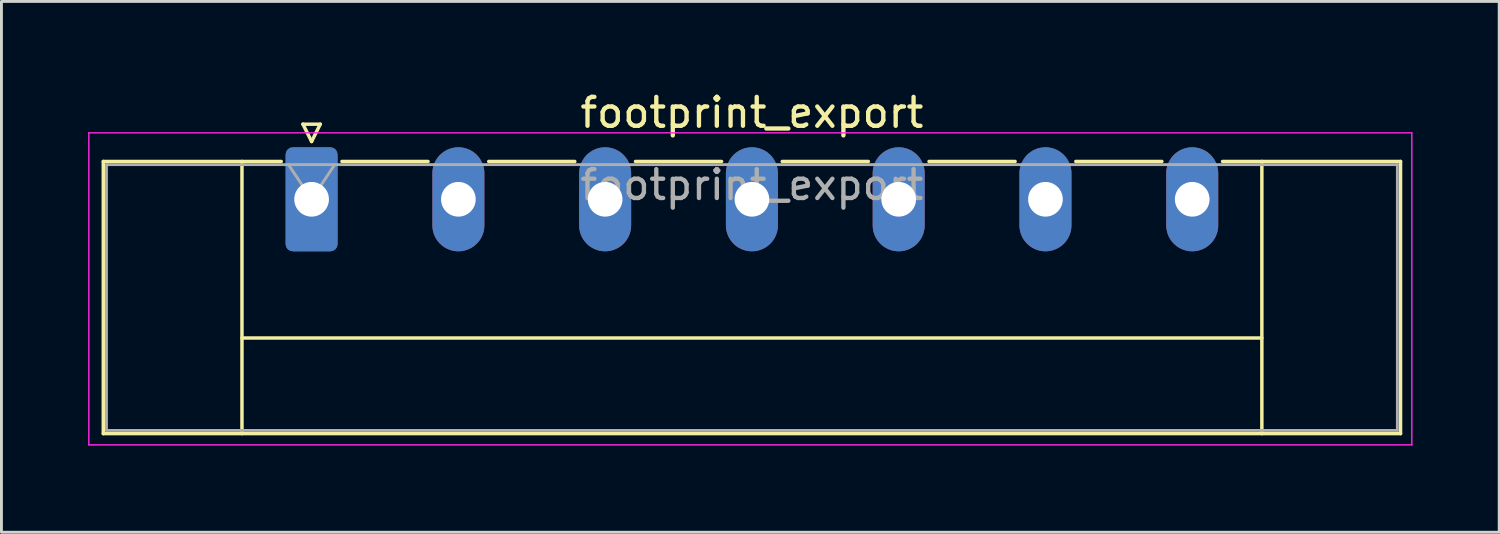
<source format=kicad_pcb>
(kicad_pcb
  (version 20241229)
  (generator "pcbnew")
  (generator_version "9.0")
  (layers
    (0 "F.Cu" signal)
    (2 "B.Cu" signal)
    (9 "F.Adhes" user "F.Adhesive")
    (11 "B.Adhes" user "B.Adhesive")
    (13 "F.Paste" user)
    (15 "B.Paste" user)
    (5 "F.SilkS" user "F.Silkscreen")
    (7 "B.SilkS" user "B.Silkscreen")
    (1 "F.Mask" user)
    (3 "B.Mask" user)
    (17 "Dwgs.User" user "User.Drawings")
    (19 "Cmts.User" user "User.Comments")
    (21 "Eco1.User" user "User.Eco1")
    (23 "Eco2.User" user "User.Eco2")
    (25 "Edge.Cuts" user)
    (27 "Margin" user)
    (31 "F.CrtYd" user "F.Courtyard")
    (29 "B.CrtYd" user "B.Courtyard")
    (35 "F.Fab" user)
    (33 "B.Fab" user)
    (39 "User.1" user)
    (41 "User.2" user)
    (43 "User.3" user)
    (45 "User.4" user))
  (footprint "footprint_export"
    (layer "F.Cu")
    (at 7.735 3.848)
    (property "Reference" "footprint_export" (at 15.24 -3 0) (layer "F.SilkS") (effects (font (size 1 1) (thickness 0.15))))
    (attr through_hole)
    (fp_line (start -7.21 -1.31) (end -7.21 8.11) (stroke (width 0.12) (type solid)) (layer "F.SilkS"))
    (fp_line (start -7.21 -1.31) (end -1.05 -1.31) (stroke (width 0.12) (type solid)) (layer "F.SilkS"))
    (fp_line (start -7.21 8.11) (end 37.69 8.11) (stroke (width 0.12) (type solid)) (layer "F.SilkS"))
    (fp_line (start -2.41 -1.31) (end -2.41 8.11) (stroke (width 0.12) (type solid)) (layer "F.SilkS"))
    (fp_line (start -2.41 4.8) (end 32.89 4.8) (stroke (width 0.12) (type solid)) (layer "F.SilkS"))
    (fp_line (start -0.3 -2.6) (end 0.3 -2.6) (stroke (width 0.12) (type solid)) (layer "F.SilkS"))
    (fp_line (start 0 -2) (end -0.3 -2.6) (stroke (width 0.12) (type solid)) (layer "F.SilkS"))
    (fp_line (start 0.3 -2.6) (end 0 -2) (stroke (width 0.12) (type solid)) (layer "F.SilkS"))
    (fp_line (start 1.05 -1.31) (end 4.03 -1.31) (stroke (width 0.12) (type solid)) (layer "F.SilkS"))
    (fp_line (start 6.13 -1.31) (end 9.11 -1.31) (stroke (width 0.12) (type solid)) (layer "F.SilkS"))
    (fp_line (start 11.21 -1.31) (end 14.19 -1.31) (stroke (width 0.12) (type solid)) (layer "F.SilkS"))
    (fp_line (start 16.29 -1.31) (end 19.27 -1.31) (stroke (width 0.12) (type solid)) (layer "F.SilkS"))
    (fp_line (start 21.37 -1.31) (end 24.35 -1.31) (stroke (width 0.12) (type solid)) (layer "F.SilkS"))
    (fp_line (start 26.45 -1.31) (end 29.43 -1.31) (stroke (width 0.12) (type solid)) (layer "F.SilkS"))
    (fp_line (start 32.89 -1.31) (end 32.89 8.11) (stroke (width 0.12) (type solid)) (layer "F.SilkS"))
    (fp_line (start 37.69 -1.31) (end 31.53 -1.31) (stroke (width 0.12) (type solid)) (layer "F.SilkS"))
    (fp_line (start 37.69 8.11) (end 37.69 -1.31) (stroke (width 0.12) (type solid)) (layer "F.SilkS"))
    (fp_line (start -7.71 -2.3) (end -7.71 8.5) (stroke (width 0.05) (type solid)) (layer "F.CrtYd"))
    (fp_line (start -7.71 8.5) (end 38.08 8.5) (stroke (width 0.05) (type solid)) (layer "F.CrtYd"))
    (fp_line (start 38.08 -2.3) (end -7.71 -2.3) (stroke (width 0.05) (type solid)) (layer "F.CrtYd"))
    (fp_line (start 38.08 8.5) (end 38.08 -2.3) (stroke (width 0.05) (type solid)) (layer "F.CrtYd"))
    (fp_line (start -7.1 -1.2) (end -7.1 8) (stroke (width 0.1) (type solid)) (layer "F.Fab"))
    (fp_line (start -7.1 8) (end 37.58 8) (stroke (width 0.1) (type solid)) (layer "F.Fab"))
    (fp_line (start 0 0) (end -0.8 -1.2) (stroke (width 0.1) (type solid)) (layer "F.Fab"))
    (fp_line (start 0.8 -1.2) (end 0 0) (stroke (width 0.1) (type solid)) (layer "F.Fab"))
    (fp_line (start 37.58 -1.2) (end -7.1 -1.2) (stroke (width 0.1) (type solid)) (layer "F.Fab"))
    (fp_line (start 37.58 8) (end 37.58 -1.2) (stroke (width 0.1) (type solid)) (layer "F.Fab"))
    (fp_text user "${REFERENCE}" (at 15.24 -0.5 0) (layer "F.Fab") (effects (font (size 1 1) (thickness 0.15))))
    (pad "1" thru_hole roundrect (at 0 0) (size 1.8 3.6) (drill 1.2) (layers "*.Cu" "*.Mask") (roundrect_rratio 0.139))
    (pad "2" thru_hole oval (at 5.08 0) (size 1.8 3.6) (drill 1.2) (layers "*.Cu" "*.Mask"))
    (pad "3" thru_hole oval (at 10.16 0) (size 1.8 3.6) (drill 1.2) (layers "*.Cu" "*.Mask"))
    (pad "4" thru_hole oval (at 15.24 0) (size 1.8 3.6) (drill 1.2) (layers "*.Cu" "*.Mask"))
    (pad "5" thru_hole oval (at 20.32 0) (size 1.8 3.6) (drill 1.2) (layers "*.Cu" "*.Mask"))
    (pad "6" thru_hole oval (at 25.4 0) (size 1.8 3.6) (drill 1.2) (layers "*.Cu" "*.Mask"))
    (pad "7" thru_hole oval (at 30.48 0) (size 1.8 3.6) (drill 1.2) (layers "*.Cu" "*.Mask")))
  (gr_rect
    (start -3 -3)
    (end 48.84 15.373)
    (stroke (width 0.1) (type default))
    (fill no)
    (layer "Edge.Cuts")))
</source>
